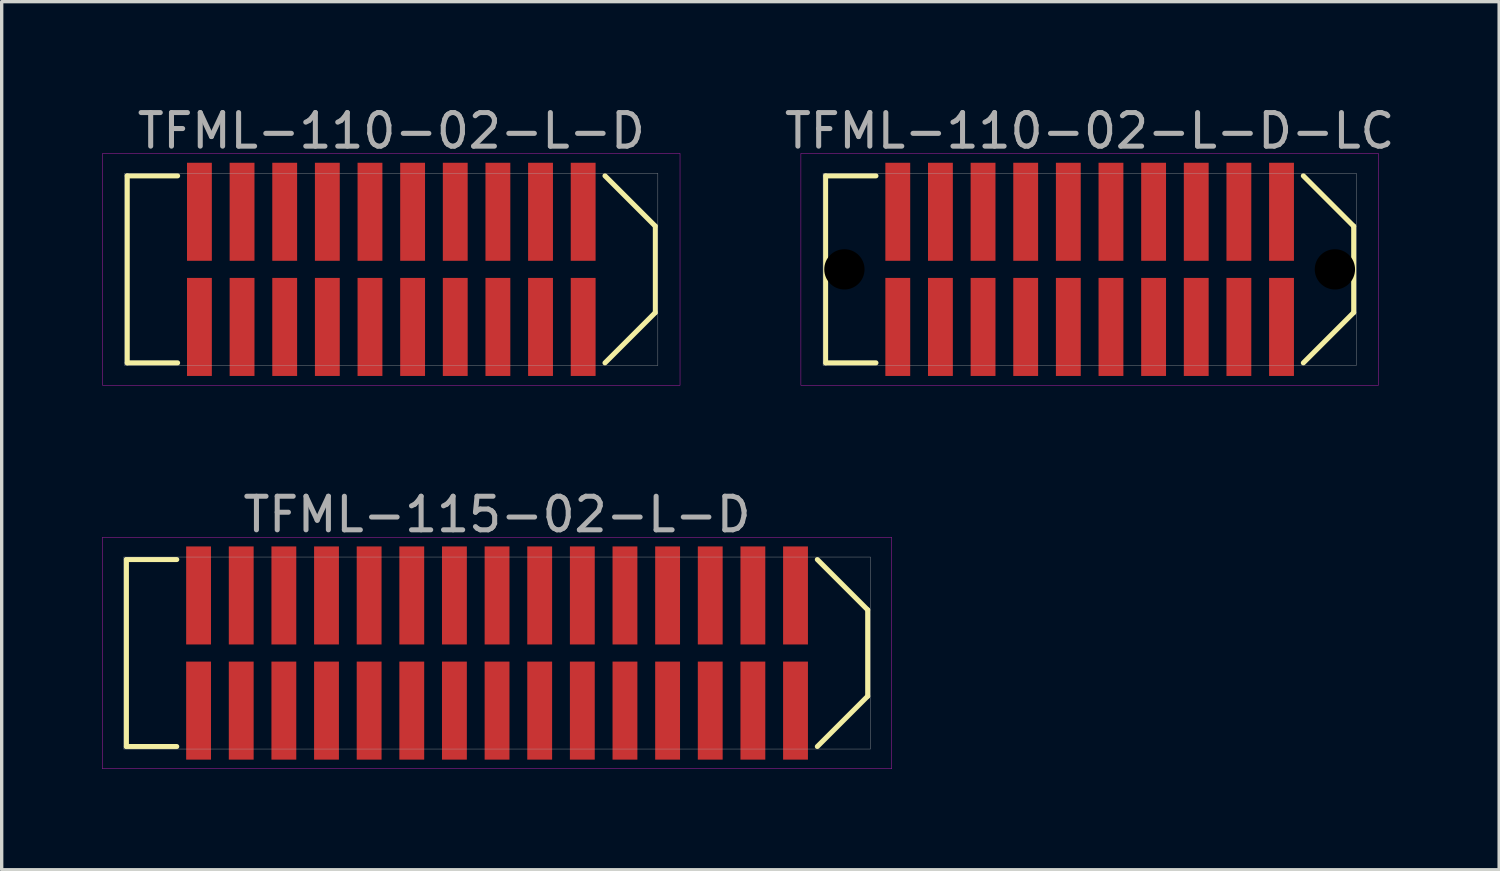
<source format=kicad_pcb>
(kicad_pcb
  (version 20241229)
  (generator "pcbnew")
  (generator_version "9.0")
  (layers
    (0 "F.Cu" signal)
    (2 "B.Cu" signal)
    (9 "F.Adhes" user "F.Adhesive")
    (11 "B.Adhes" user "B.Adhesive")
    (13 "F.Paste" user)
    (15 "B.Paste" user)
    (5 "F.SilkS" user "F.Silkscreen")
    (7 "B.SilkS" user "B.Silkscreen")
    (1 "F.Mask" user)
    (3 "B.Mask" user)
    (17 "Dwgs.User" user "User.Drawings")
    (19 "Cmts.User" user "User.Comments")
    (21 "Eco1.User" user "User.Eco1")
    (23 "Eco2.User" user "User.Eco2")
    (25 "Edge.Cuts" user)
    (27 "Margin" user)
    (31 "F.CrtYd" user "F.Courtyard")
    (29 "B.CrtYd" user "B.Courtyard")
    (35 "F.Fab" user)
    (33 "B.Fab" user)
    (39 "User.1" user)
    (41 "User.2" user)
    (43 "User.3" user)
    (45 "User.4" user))
  (footprint "TFML-110-02-L-D-LC"
    (layer "F.Cu")
    (at 29.406 4.973)
    (property "Reference" "TFML-110-02-L-D-LC" (at 0 -4.125 0) (layer "F.Fab") (effects (font (size 1 1) (thickness 0.15))))
    (attr through_hole)
    (fp_line (start -7.865 -2.785) (end -7.865 2.785) (stroke (width 0.15) (type solid)) (layer "F.SilkS"))
    (fp_line (start -7.865 2.785) (end -6.365 2.785) (stroke (width 0.15) (type solid)) (layer "F.SilkS"))
    (fp_line (start -6.365 -2.785) (end -7.865 -2.785) (stroke (width 0.15) (type solid)) (layer "F.SilkS"))
    (fp_line (start 6.365 2.785) (end 7.865 1.285) (stroke (width 0.15) (type solid)) (layer "F.SilkS"))
    (fp_line (start 7.865 -1.285) (end 6.365 -2.785) (stroke (width 0.15) (type solid)) (layer "F.SilkS"))
    (fp_line (start 7.865 1.285) (end 7.865 -1.285) (stroke (width 0.15) (type solid)) (layer "F.SilkS"))
    (fp_line (start -8.6 -3.45) (end 8.6 -3.45) (stroke (width 0.01) (type solid)) (layer "F.CrtYd"))
    (fp_line (start -8.6 3.45) (end -8.6 -3.45) (stroke (width 0.01) (type solid)) (layer "F.CrtYd"))
    (fp_line (start 8.6 -3.45) (end 8.6 3.45) (stroke (width 0.01) (type solid)) (layer "F.CrtYd"))
    (fp_line (start 8.6 3.45) (end -8.6 3.45) (stroke (width 0.01) (type solid)) (layer "F.CrtYd"))
    (fp_line (start -7.94 -2.86) (end 7.94 -2.86) (stroke (width 0.01) (type solid)) (layer "F.Fab"))
    (fp_line (start -7.94 2.86) (end -7.94 -2.86) (stroke (width 0.01) (type solid)) (layer "F.Fab"))
    (fp_line (start 7.94 -2.86) (end 7.94 2.86) (stroke (width 0.01) (type solid)) (layer "F.Fab"))
    (fp_line (start 7.94 2.86) (end -7.94 2.86) (stroke (width 0.01) (type solid)) (layer "F.Fab"))
    (pad "" np_thru_hole circle (at -7.305 0) (size 1.2 1.2) (drill 1.2) (layers "*.Mask"))
    (pad "" np_thru_hole circle (at 7.305 0) (size 1.2 1.2) (drill 1.2) (layers "*.Mask"))
    (pad "1" smd rect (at -5.715 1.715) (size 0.74 2.92) (layers "F.Cu" "F.Mask" "F.Paste"))
    (pad "2" smd rect (at -5.715 -1.715) (size 0.74 2.92) (layers "F.Cu" "F.Mask" "F.Paste"))
    (pad "3" smd rect (at -4.445 1.715) (size 0.74 2.92) (layers "F.Cu" "F.Mask" "F.Paste"))
    (pad "4" smd rect (at -4.445 -1.715) (size 0.74 2.92) (layers "F.Cu" "F.Mask" "F.Paste"))
    (pad "5" smd rect (at -3.175 1.715) (size 0.74 2.92) (layers "F.Cu" "F.Mask" "F.Paste"))
    (pad "6" smd rect (at -3.175 -1.715) (size 0.74 2.92) (layers "F.Cu" "F.Mask" "F.Paste"))
    (pad "7" smd rect (at -1.905 1.715) (size 0.74 2.92) (layers "F.Cu" "F.Mask" "F.Paste"))
    (pad "8" smd rect (at -1.905 -1.715) (size 0.74 2.92) (layers "F.Cu" "F.Mask" "F.Paste"))
    (pad "9" smd rect (at -0.635 1.715) (size 0.74 2.92) (layers "F.Cu" "F.Mask" "F.Paste"))
    (pad "10" smd rect (at -0.635 -1.715) (size 0.74 2.92) (layers "F.Cu" "F.Mask" "F.Paste"))
    (pad "11" smd rect (at 0.635 1.715) (size 0.74 2.92) (layers "F.Cu" "F.Mask" "F.Paste"))
    (pad "12" smd rect (at 0.635 -1.715) (size 0.74 2.92) (layers "F.Cu" "F.Mask" "F.Paste"))
    (pad "13" smd rect (at 1.905 1.715) (size 0.74 2.92) (layers "F.Cu" "F.Mask" "F.Paste"))
    (pad "14" smd rect (at 1.905 -1.715) (size 0.74 2.92) (layers "F.Cu" "F.Mask" "F.Paste"))
    (pad "15" smd rect (at 3.175 1.715) (size 0.74 2.92) (layers "F.Cu" "F.Mask" "F.Paste"))
    (pad "16" smd rect (at 3.175 -1.715) (size 0.74 2.92) (layers "F.Cu" "F.Mask" "F.Paste"))
    (pad "17" smd rect (at 4.445 1.715) (size 0.74 2.92) (layers "F.Cu" "F.Mask" "F.Paste"))
    (pad "18" smd rect (at 4.445 -1.715) (size 0.74 2.92) (layers "F.Cu" "F.Mask" "F.Paste"))
    (pad "19" smd rect (at 5.715 1.715) (size 0.74 2.92) (layers "F.Cu" "F.Mask" "F.Paste"))
    (pad "20" smd rect (at 5.715 -1.715) (size 0.74 2.92) (layers "F.Cu" "F.Mask" "F.Paste")))
  (footprint "TFML-115-02-L-D"
    (layer "F.Cu")
    (at 11.755 16.401)
    (property "Reference" "TFML-115-02-L-D" (at 0 -4.125 0) (layer "F.Fab") (effects (font (size 1 1) (thickness 0.15))))
    (attr through_hole)
    (fp_line (start -11.04 -2.785) (end -11.04 2.785) (stroke (width 0.15) (type solid)) (layer "F.SilkS"))
    (fp_line (start -11.04 2.785) (end -9.54 2.785) (stroke (width 0.15) (type solid)) (layer "F.SilkS"))
    (fp_line (start -9.54 -2.785) (end -11.04 -2.785) (stroke (width 0.15) (type solid)) (layer "F.SilkS"))
    (fp_line (start 9.54 2.785) (end 11.04 1.285) (stroke (width 0.15) (type solid)) (layer "F.SilkS"))
    (fp_line (start 11.04 -1.285) (end 9.54 -2.785) (stroke (width 0.15) (type solid)) (layer "F.SilkS"))
    (fp_line (start 11.04 1.285) (end 11.04 -1.285) (stroke (width 0.15) (type solid)) (layer "F.SilkS"))
    (fp_line (start -11.75 -3.45) (end 11.75 -3.45) (stroke (width 0.01) (type solid)) (layer "F.CrtYd"))
    (fp_line (start -11.75 3.45) (end -11.75 -3.45) (stroke (width 0.01) (type solid)) (layer "F.CrtYd"))
    (fp_line (start 11.75 -3.45) (end 11.75 3.45) (stroke (width 0.01) (type solid)) (layer "F.CrtYd"))
    (fp_line (start 11.75 3.45) (end -11.75 3.45) (stroke (width 0.01) (type solid)) (layer "F.CrtYd"))
    (fp_line (start -11.115 -2.86) (end 11.115 -2.86) (stroke (width 0.01) (type solid)) (layer "F.Fab"))
    (fp_line (start -11.115 2.86) (end -11.115 -2.86) (stroke (width 0.01) (type solid)) (layer "F.Fab"))
    (fp_line (start 11.115 -2.86) (end 11.115 2.86) (stroke (width 0.01) (type solid)) (layer "F.Fab"))
    (fp_line (start 11.115 2.86) (end -11.115 2.86) (stroke (width 0.01) (type solid)) (layer "F.Fab"))
    (pad "1" smd rect (at -8.89 1.715) (size 0.74 2.92) (layers "F.Cu" "F.Mask" "F.Paste"))
    (pad "2" smd rect (at -8.89 -1.715) (size 0.74 2.92) (layers "F.Cu" "F.Mask" "F.Paste"))
    (pad "3" smd rect (at -7.62 1.715) (size 0.74 2.92) (layers "F.Cu" "F.Mask" "F.Paste"))
    (pad "4" smd rect (at -7.62 -1.715) (size 0.74 2.92) (layers "F.Cu" "F.Mask" "F.Paste"))
    (pad "5" smd rect (at -6.35 1.715) (size 0.74 2.92) (layers "F.Cu" "F.Mask" "F.Paste"))
    (pad "6" smd rect (at -6.35 -1.715) (size 0.74 2.92) (layers "F.Cu" "F.Mask" "F.Paste"))
    (pad "7" smd rect (at -5.08 1.715) (size 0.74 2.92) (layers "F.Cu" "F.Mask" "F.Paste"))
    (pad "8" smd rect (at -5.08 -1.715) (size 0.74 2.92) (layers "F.Cu" "F.Mask" "F.Paste"))
    (pad "9" smd rect (at -3.81 1.715) (size 0.74 2.92) (layers "F.Cu" "F.Mask" "F.Paste"))
    (pad "10" smd rect (at -3.81 -1.715) (size 0.74 2.92) (layers "F.Cu" "F.Mask" "F.Paste"))
    (pad "11" smd rect (at -2.54 1.715) (size 0.74 2.92) (layers "F.Cu" "F.Mask" "F.Paste"))
    (pad "12" smd rect (at -2.54 -1.715) (size 0.74 2.92) (layers "F.Cu" "F.Mask" "F.Paste"))
    (pad "13" smd rect (at -1.27 1.715) (size 0.74 2.92) (layers "F.Cu" "F.Mask" "F.Paste"))
    (pad "14" smd rect (at -1.27 -1.715) (size 0.74 2.92) (layers "F.Cu" "F.Mask" "F.Paste"))
    (pad "15" smd rect (at 0 1.715) (size 0.74 2.92) (layers "F.Cu" "F.Mask" "F.Paste"))
    (pad "16" smd rect (at 0 -1.715) (size 0.74 2.92) (layers "F.Cu" "F.Mask" "F.Paste"))
    (pad "17" smd rect (at 1.27 1.715) (size 0.74 2.92) (layers "F.Cu" "F.Mask" "F.Paste"))
    (pad "18" smd rect (at 1.27 -1.715) (size 0.74 2.92) (layers "F.Cu" "F.Mask" "F.Paste"))
    (pad "19" smd rect (at 2.54 1.715) (size 0.74 2.92) (layers "F.Cu" "F.Mask" "F.Paste"))
    (pad "20" smd rect (at 2.54 -1.715) (size 0.74 2.92) (layers "F.Cu" "F.Mask" "F.Paste"))
    (pad "21" smd rect (at 3.81 1.715) (size 0.74 2.92) (layers "F.Cu" "F.Mask" "F.Paste"))
    (pad "22" smd rect (at 3.81 -1.715) (size 0.74 2.92) (layers "F.Cu" "F.Mask" "F.Paste"))
    (pad "23" smd rect (at 5.08 1.715) (size 0.74 2.92) (layers "F.Cu" "F.Mask" "F.Paste"))
    (pad "24" smd rect (at 5.08 -1.715) (size 0.74 2.92) (layers "F.Cu" "F.Mask" "F.Paste"))
    (pad "25" smd rect (at 6.35 1.715) (size 0.74 2.92) (layers "F.Cu" "F.Mask" "F.Paste"))
    (pad "26" smd rect (at 6.35 -1.715) (size 0.74 2.92) (layers "F.Cu" "F.Mask" "F.Paste"))
    (pad "27" smd rect (at 7.62 1.715) (size 0.74 2.92) (layers "F.Cu" "F.Mask" "F.Paste"))
    (pad "28" smd rect (at 7.62 -1.715) (size 0.74 2.92) (layers "F.Cu" "F.Mask" "F.Paste"))
    (pad "29" smd rect (at 8.89 1.715) (size 0.74 2.92) (layers "F.Cu" "F.Mask" "F.Paste"))
    (pad "30" smd rect (at 8.89 -1.715) (size 0.74 2.92) (layers "F.Cu" "F.Mask" "F.Paste")))
  (footprint "TFML-110-02-L-D"
    (layer "F.Cu")
    (at 8.605 4.973)
    (property "Reference" "TFML-110-02-L-D" (at 0 -4.125 0) (layer "F.Fab") (effects (font (size 1 1) (thickness 0.15))))
    (attr through_hole)
    (fp_line (start -7.865 -2.785) (end -7.865 2.785) (stroke (width 0.15) (type solid)) (layer "F.SilkS"))
    (fp_line (start -7.865 2.785) (end -6.365 2.785) (stroke (width 0.15) (type solid)) (layer "F.SilkS"))
    (fp_line (start -6.365 -2.785) (end -7.865 -2.785) (stroke (width 0.15) (type solid)) (layer "F.SilkS"))
    (fp_line (start 6.365 2.785) (end 7.865 1.285) (stroke (width 0.15) (type solid)) (layer "F.SilkS"))
    (fp_line (start 7.865 -1.285) (end 6.365 -2.785) (stroke (width 0.15) (type solid)) (layer "F.SilkS"))
    (fp_line (start 7.865 1.285) (end 7.865 -1.285) (stroke (width 0.15) (type solid)) (layer "F.SilkS"))
    (fp_line (start -8.6 -3.45) (end 8.6 -3.45) (stroke (width 0.01) (type solid)) (layer "F.CrtYd"))
    (fp_line (start -8.6 3.45) (end -8.6 -3.45) (stroke (width 0.01) (type solid)) (layer "F.CrtYd"))
    (fp_line (start 8.6 -3.45) (end 8.6 3.45) (stroke (width 0.01) (type solid)) (layer "F.CrtYd"))
    (fp_line (start 8.6 3.45) (end -8.6 3.45) (stroke (width 0.01) (type solid)) (layer "F.CrtYd"))
    (fp_line (start -7.94 -2.86) (end 7.94 -2.86) (stroke (width 0.01) (type solid)) (layer "F.Fab"))
    (fp_line (start -7.94 2.86) (end -7.94 -2.86) (stroke (width 0.01) (type solid)) (layer "F.Fab"))
    (fp_line (start 7.94 -2.86) (end 7.94 2.86) (stroke (width 0.01) (type solid)) (layer "F.Fab"))
    (fp_line (start 7.94 2.86) (end -7.94 2.86) (stroke (width 0.01) (type solid)) (layer "F.Fab"))
    (pad "1" smd rect (at -5.715 1.715) (size 0.74 2.92) (layers "F.Cu" "F.Mask" "F.Paste"))
    (pad "2" smd rect (at -5.715 -1.715) (size 0.74 2.92) (layers "F.Cu" "F.Mask" "F.Paste"))
    (pad "3" smd rect (at -4.445 1.715) (size 0.74 2.92) (layers "F.Cu" "F.Mask" "F.Paste"))
    (pad "4" smd rect (at -4.445 -1.715) (size 0.74 2.92) (layers "F.Cu" "F.Mask" "F.Paste"))
    (pad "5" smd rect (at -3.175 1.715) (size 0.74 2.92) (layers "F.Cu" "F.Mask" "F.Paste"))
    (pad "6" smd rect (at -3.175 -1.715) (size 0.74 2.92) (layers "F.Cu" "F.Mask" "F.Paste"))
    (pad "7" smd rect (at -1.905 1.715) (size 0.74 2.92) (layers "F.Cu" "F.Mask" "F.Paste"))
    (pad "8" smd rect (at -1.905 -1.715) (size 0.74 2.92) (layers "F.Cu" "F.Mask" "F.Paste"))
    (pad "9" smd rect (at -0.635 1.715) (size 0.74 2.92) (layers "F.Cu" "F.Mask" "F.Paste"))
    (pad "10" smd rect (at -0.635 -1.715) (size 0.74 2.92) (layers "F.Cu" "F.Mask" "F.Paste"))
    (pad "11" smd rect (at 0.635 1.715) (size 0.74 2.92) (layers "F.Cu" "F.Mask" "F.Paste"))
    (pad "12" smd rect (at 0.635 -1.715) (size 0.74 2.92) (layers "F.Cu" "F.Mask" "F.Paste"))
    (pad "13" smd rect (at 1.905 1.715) (size 0.74 2.92) (layers "F.Cu" "F.Mask" "F.Paste"))
    (pad "14" smd rect (at 1.905 -1.715) (size 0.74 2.92) (layers "F.Cu" "F.Mask" "F.Paste"))
    (pad "15" smd rect (at 3.175 1.715) (size 0.74 2.92) (layers "F.Cu" "F.Mask" "F.Paste"))
    (pad "16" smd rect (at 3.175 -1.715) (size 0.74 2.92) (layers "F.Cu" "F.Mask" "F.Paste"))
    (pad "17" smd rect (at 4.445 1.715) (size 0.74 2.92) (layers "F.Cu" "F.Mask" "F.Paste"))
    (pad "18" smd rect (at 4.445 -1.715) (size 0.74 2.92) (layers "F.Cu" "F.Mask" "F.Paste"))
    (pad "19" smd rect (at 5.715 1.715) (size 0.74 2.92) (layers "F.Cu" "F.Mask" "F.Paste"))
    (pad "20" smd rect (at 5.715 -1.715) (size 0.74 2.92) (layers "F.Cu" "F.Mask" "F.Paste")))
  (gr_rect
    (start -3 -3)
    (end 41.603 22.857)
    (stroke (width 0.1) (type default))
    (fill no)
    (layer "Edge.Cuts")))
</source>
